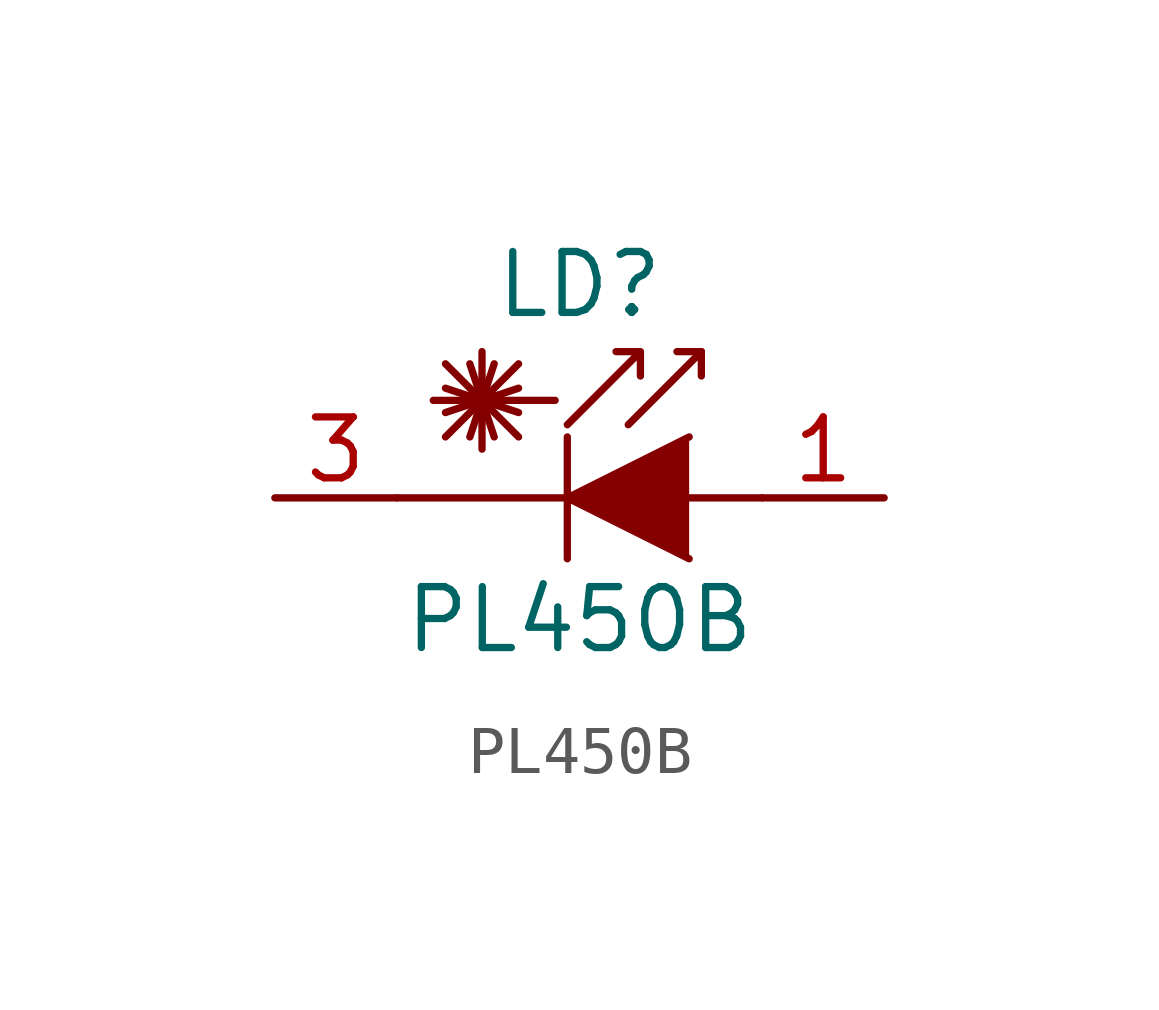
<source format=kicad_sym>
(kicad_symbol_lib
  (version 20200908)
  (generator kicad_symbol_editor)
  (symbol "Diode_Laser:PL450B"
    (pin_names
      (offset 1.016) hide)
    (property "Reference" "LD"
      (at -1.27 4.445 0)
      (effects (font (size 1.27 1.27))))
    (property "Value" "PL450B"
      (at -1.27 -2.54 0)
      (effects (font (size 1.27 1.27))))
    (symbol "PL450B_0_1"
      (polyline (pts (xy -4.064 1.27) (xy -2.54 2.794)) (stroke (width 0)) (fill (type none)))
      (polyline (pts (xy -4.064 1.778) (xy -2.54 2.286)) (stroke (width 0)) (fill (type none)))
      (polyline (pts (xy -4.064 2.286) (xy -2.54 1.778)) (stroke (width 0)) (fill (type none)))
      (polyline (pts (xy -4.064 2.794) (xy -2.54 1.27)) (stroke (width 0)) (fill (type none)))
      (polyline (pts (xy -3.556 2.794) (xy -3.048 1.27)) (stroke (width 0)) (fill (type none)))
      (polyline (pts (xy -3.302 2.032) (xy -3.302 1.016)) (stroke (width 0)) (fill (type none)))
      (polyline (pts (xy -3.302 2.032) (xy -3.302 3.048)) (stroke (width 0)) (fill (type none)))
      (polyline (pts (xy -3.048 2.794) (xy -3.556 1.27)) (stroke (width 0)) (fill (type none)))
      (polyline (pts (xy -1.778 2.032) (xy -4.318 2.032)) (stroke (width 0)) (fill (type none)))
      (polyline (pts (xy -1.524 1.27) (xy -1.524 -1.27)) (stroke (width 0.152)) (fill (type none)))
      (polyline (pts (xy 1.27 3.048) (xy 0.762 3.048)) (stroke (width 0)) (fill (type none)))
      (polyline (pts (xy 2.54 0) (xy -5.08 0)) (stroke (width 0)) (fill (type none)))
      (polyline (pts (xy -0.254 1.524) (xy 1.27 3.048) (xy 1.27 2.54)) (stroke (width 0)) (fill (type none)))
      (polyline (pts (xy 1.016 1.27) (xy -1.524 0) (xy 1.016 -1.27)) (stroke (width 0)) (fill (type outline)))
      (polyline (pts (xy -1.524 1.524) (xy 0 3.048) (xy 0 2.54) (xy 0 3.048) (xy -0.508 3.048)) (stroke (width 0)) (fill (type none))))
    (symbol "PL450B_1_1"
      (pin passive line (at 5.08 0 180) (length 2.54) (name "A" (effects (font (size 1.27 1.27)))) (number "1" (effects (font (size 1.27 1.27)))))
      (pin unconnected line (at -7.62 2.54 0) (length 2.54) hide (name "NC" (effects (font (size 1.27 1.27)))) (number "2" (effects (font (size 1.27 1.27)))))
      (pin passive line (at -7.62 0 0) (length 2.54) (name "C" (effects (font (size 1.27 1.27)))) (number "3" (effects (font (size 1.27 1.27))))))))
</source>
